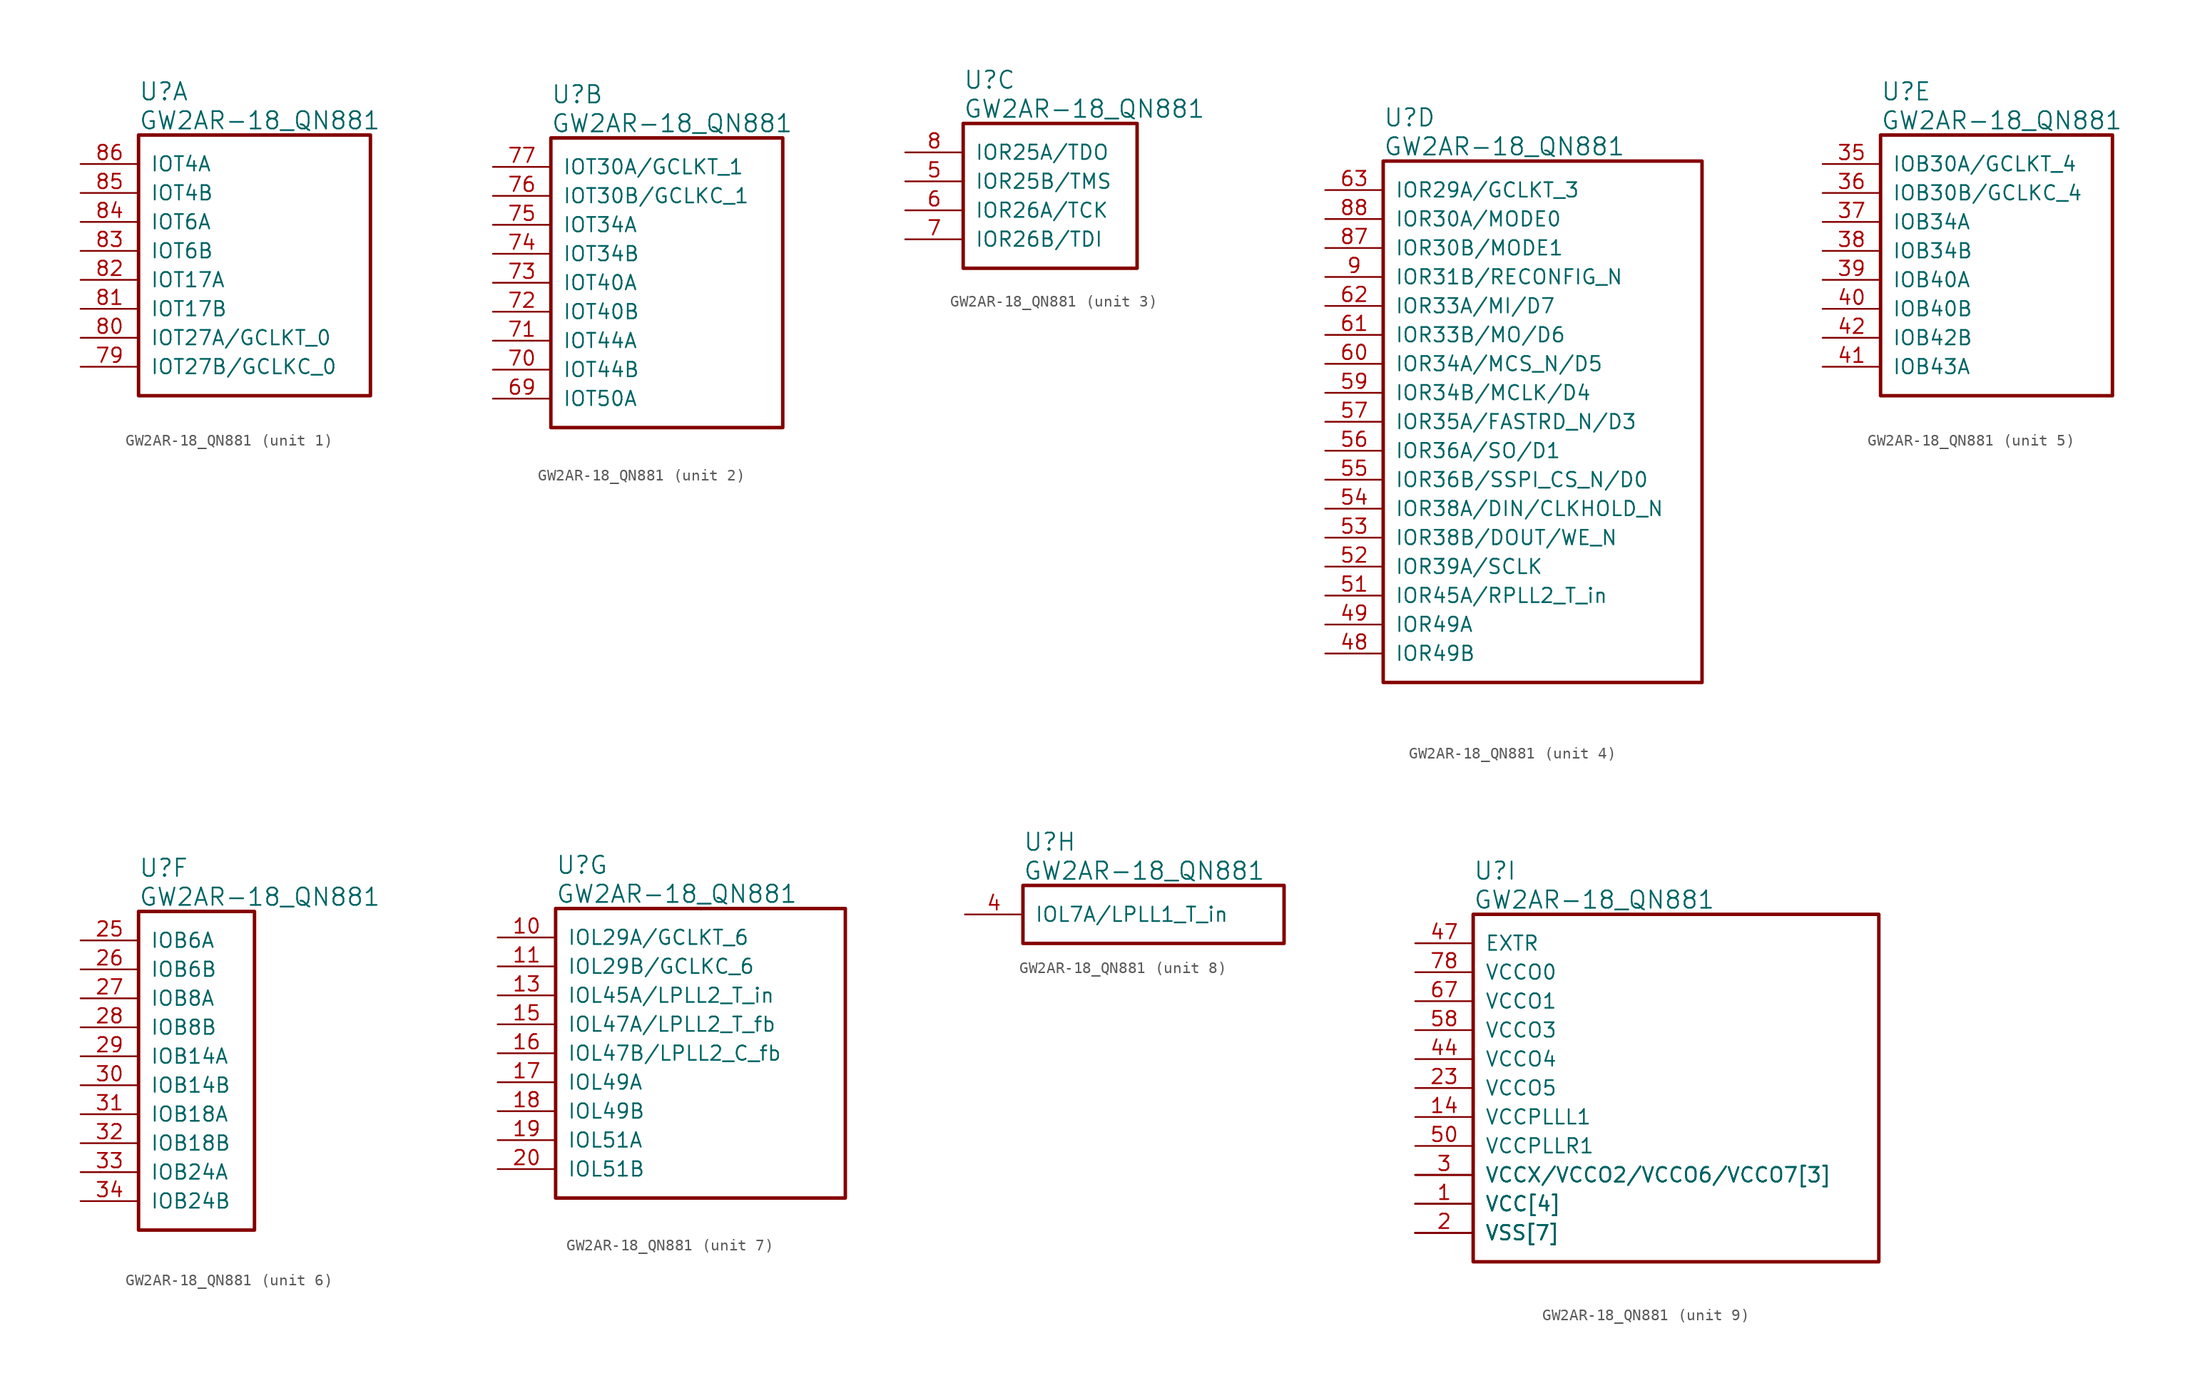
<source format=kicad_sym>
(kicad_symbol_lib
  (version 20241209)
  (generator "kicad_symbol_editor")
  (generator_version "9.0")
  (symbol "GW2AR-18_QN881"
    (pin_names
      (offset 1.016))
    (property "Reference" "U"
      (at 5.08 6.35 0)
      (effects (font (size 1.524 1.524)) (justify left)))
    (property "Value" "GW2AR-18_QN881"
      (at 5.08 3.81 0)
      (effects (font (size 1.524 1.524)) (justify left)))
    (property "ki_locked" ""
      (at 0 0 0)
      (effects (font (size 1.27 1.27))))
    (symbol "GW2AR-18_QN881_1_1"
      (rectangle (start 5.08 2.54) (end 25.4 -20.32) (stroke (width 0.305) (type solid)) (fill (type none)))
      (pin bidirectional line (at 0 0 0) (length 5.08) (name "IOT4A" (effects (font (size 1.27 1.27)))) (number "86" (effects (font (size 1.27 1.27)))))
      (pin bidirectional line (at 0 -2.54 0) (length 5.08) (name "IOT4B" (effects (font (size 1.27 1.27)))) (number "85" (effects (font (size 1.27 1.27)))))
      (pin bidirectional line (at 0 -5.08 0) (length 5.08) (name "IOT6A" (effects (font (size 1.27 1.27)))) (number "84" (effects (font (size 1.27 1.27)))))
      (pin bidirectional line (at 0 -7.62 0) (length 5.08) (name "IOT6B" (effects (font (size 1.27 1.27)))) (number "83" (effects (font (size 1.27 1.27)))))
      (pin bidirectional line (at 0 -10.16 0) (length 5.08) (name "IOT17A" (effects (font (size 1.27 1.27)))) (number "82" (effects (font (size 1.27 1.27)))))
      (pin bidirectional line (at 0 -12.7 0) (length 5.08) (name "IOT17B" (effects (font (size 1.27 1.27)))) (number "81" (effects (font (size 1.27 1.27)))))
      (pin bidirectional line (at 0 -15.24 0) (length 5.08) (name "IOT27A/GCLKT_0" (effects (font (size 1.27 1.27)))) (number "80" (effects (font (size 1.27 1.27)))))
      (pin bidirectional line (at 0 -17.78 0) (length 5.08) (name "IOT27B/GCLKC_0" (effects (font (size 1.27 1.27)))) (number "79" (effects (font (size 1.27 1.27))))))
    (symbol "GW2AR-18_QN881_2_1"
      (rectangle (start 5.08 2.54) (end 25.4 -22.86) (stroke (width 0.305) (type solid)) (fill (type none)))
      (pin bidirectional line (at 0 0 0) (length 5.08) (name "IOT30A/GCLKT_1" (effects (font (size 1.27 1.27)))) (number "77" (effects (font (size 1.27 1.27)))))
      (pin bidirectional line (at 0 -2.54 0) (length 5.08) (name "IOT30B/GCLKC_1" (effects (font (size 1.27 1.27)))) (number "76" (effects (font (size 1.27 1.27)))))
      (pin bidirectional line (at 0 -5.08 0) (length 5.08) (name "IOT34A" (effects (font (size 1.27 1.27)))) (number "75" (effects (font (size 1.27 1.27)))))
      (pin bidirectional line (at 0 -7.62 0) (length 5.08) (name "IOT34B" (effects (font (size 1.27 1.27)))) (number "74" (effects (font (size 1.27 1.27)))))
      (pin bidirectional line (at 0 -10.16 0) (length 5.08) (name "IOT40A" (effects (font (size 1.27 1.27)))) (number "73" (effects (font (size 1.27 1.27)))))
      (pin bidirectional line (at 0 -12.7 0) (length 5.08) (name "IOT40B" (effects (font (size 1.27 1.27)))) (number "72" (effects (font (size 1.27 1.27)))))
      (pin bidirectional line (at 0 -15.24 0) (length 5.08) (name "IOT44A" (effects (font (size 1.27 1.27)))) (number "71" (effects (font (size 1.27 1.27)))))
      (pin bidirectional line (at 0 -17.78 0) (length 5.08) (name "IOT44B" (effects (font (size 1.27 1.27)))) (number "70" (effects (font (size 1.27 1.27)))))
      (pin bidirectional line (at 0 -20.32 0) (length 5.08) (name "IOT50A" (effects (font (size 1.27 1.27)))) (number "69" (effects (font (size 1.27 1.27))))))
    (symbol "GW2AR-18_QN881_3_1"
      (rectangle (start 5.08 2.54) (end 20.32 -10.16) (stroke (width 0.305) (type solid)) (fill (type none)))
      (pin bidirectional line (at 0 0 0) (length 5.08) (name "IOR25A/TDO" (effects (font (size 1.27 1.27)))) (number "8" (effects (font (size 1.27 1.27)))))
      (pin bidirectional line (at 0 -2.54 0) (length 5.08) (name "IOR25B/TMS" (effects (font (size 1.27 1.27)))) (number "5" (effects (font (size 1.27 1.27)))))
      (pin bidirectional line (at 0 -5.08 0) (length 5.08) (name "IOR26A/TCK" (effects (font (size 1.27 1.27)))) (number "6" (effects (font (size 1.27 1.27)))))
      (pin bidirectional line (at 0 -7.62 0) (length 5.08) (name "IOR26B/TDI" (effects (font (size 1.27 1.27)))) (number "7" (effects (font (size 1.27 1.27))))))
    (symbol "GW2AR-18_QN881_4_1"
      (rectangle (start 5.08 2.54) (end 33.02 -43.18) (stroke (width 0.305) (type solid)) (fill (type none)))
      (pin bidirectional line (at 0 0 0) (length 5.08) (name "IOR29A/GCLKT_3" (effects (font (size 1.27 1.27)))) (number "63" (effects (font (size 1.27 1.27)))))
      (pin bidirectional line (at 0 -2.54 0) (length 5.08) (name "IOR30A/MODE0" (effects (font (size 1.27 1.27)))) (number "88" (effects (font (size 1.27 1.27)))))
      (pin bidirectional line (at 0 -5.08 0) (length 5.08) (name "IOR30B/MODE1" (effects (font (size 1.27 1.27)))) (number "87" (effects (font (size 1.27 1.27)))))
      (pin bidirectional line (at 0 -7.62 0) (length 5.08) (name "IOR31B/RECONFIG_N" (effects (font (size 1.27 1.27)))) (number "9" (effects (font (size 1.27 1.27)))))
      (pin bidirectional line (at 0 -10.16 0) (length 5.08) (name "IOR33A/MI/D7" (effects (font (size 1.27 1.27)))) (number "62" (effects (font (size 1.27 1.27)))))
      (pin bidirectional line (at 0 -12.7 0) (length 5.08) (name "IOR33B/MO/D6" (effects (font (size 1.27 1.27)))) (number "61" (effects (font (size 1.27 1.27)))))
      (pin bidirectional line (at 0 -15.24 0) (length 5.08) (name "IOR34A/MCS_N/D5" (effects (font (size 1.27 1.27)))) (number "60" (effects (font (size 1.27 1.27)))))
      (pin bidirectional line (at 0 -17.78 0) (length 5.08) (name "IOR34B/MCLK/D4" (effects (font (size 1.27 1.27)))) (number "59" (effects (font (size 1.27 1.27)))))
      (pin bidirectional line (at 0 -20.32 0) (length 5.08) (name "IOR35A/FASTRD_N/D3" (effects (font (size 1.27 1.27)))) (number "57" (effects (font (size 1.27 1.27)))))
      (pin bidirectional line (at 0 -22.86 0) (length 5.08) (name "IOR36A/SO/D1" (effects (font (size 1.27 1.27)))) (number "56" (effects (font (size 1.27 1.27)))))
      (pin bidirectional line (at 0 -25.4 0) (length 5.08) (name "IOR36B/SSPI_CS_N/D0" (effects (font (size 1.27 1.27)))) (number "55" (effects (font (size 1.27 1.27)))))
      (pin bidirectional line (at 0 -27.94 0) (length 5.08) (name "IOR38A/DIN/CLKHOLD_N" (effects (font (size 1.27 1.27)))) (number "54" (effects (font (size 1.27 1.27)))))
      (pin bidirectional line (at 0 -30.48 0) (length 5.08) (name "IOR38B/DOUT/WE_N" (effects (font (size 1.27 1.27)))) (number "53" (effects (font (size 1.27 1.27)))))
      (pin bidirectional line (at 0 -33.02 0) (length 5.08) (name "IOR39A/SCLK" (effects (font (size 1.27 1.27)))) (number "52" (effects (font (size 1.27 1.27)))))
      (pin bidirectional line (at 0 -35.56 0) (length 5.08) (name "IOR45A/RPLL2_T_in" (effects (font (size 1.27 1.27)))) (number "51" (effects (font (size 1.27 1.27)))))
      (pin bidirectional line (at 0 -38.1 0) (length 5.08) (name "IOR49A" (effects (font (size 1.27 1.27)))) (number "49" (effects (font (size 1.27 1.27)))))
      (pin bidirectional line (at 0 -40.64 0) (length 5.08) (name "IOR49B" (effects (font (size 1.27 1.27)))) (number "48" (effects (font (size 1.27 1.27))))))
    (symbol "GW2AR-18_QN881_5_1"
      (rectangle (start 5.08 2.54) (end 25.4 -20.32) (stroke (width 0.305) (type solid)) (fill (type none)))
      (pin bidirectional line (at 0 0 0) (length 5.08) (name "IOB30A/GCLKT_4" (effects (font (size 1.27 1.27)))) (number "35" (effects (font (size 1.27 1.27)))))
      (pin bidirectional line (at 0 -2.54 0) (length 5.08) (name "IOB30B/GCLKC_4" (effects (font (size 1.27 1.27)))) (number "36" (effects (font (size 1.27 1.27)))))
      (pin bidirectional line (at 0 -5.08 0) (length 5.08) (name "IOB34A" (effects (font (size 1.27 1.27)))) (number "37" (effects (font (size 1.27 1.27)))))
      (pin bidirectional line (at 0 -7.62 0) (length 5.08) (name "IOB34B" (effects (font (size 1.27 1.27)))) (number "38" (effects (font (size 1.27 1.27)))))
      (pin bidirectional line (at 0 -10.16 0) (length 5.08) (name "IOB40A" (effects (font (size 1.27 1.27)))) (number "39" (effects (font (size 1.27 1.27)))))
      (pin bidirectional line (at 0 -12.7 0) (length 5.08) (name "IOB40B" (effects (font (size 1.27 1.27)))) (number "40" (effects (font (size 1.27 1.27)))))
      (pin bidirectional line (at 0 -15.24 0) (length 5.08) (name "IOB42B" (effects (font (size 1.27 1.27)))) (number "42" (effects (font (size 1.27 1.27)))))
      (pin bidirectional line (at 0 -17.78 0) (length 5.08) (name "IOB43A" (effects (font (size 1.27 1.27)))) (number "41" (effects (font (size 1.27 1.27))))))
    (symbol "GW2AR-18_QN881_6_1"
      (rectangle (start 5.08 2.54) (end 15.24 -25.4) (stroke (width 0.305) (type solid)) (fill (type none)))
      (pin bidirectional line (at 0 0 0) (length 5.08) (name "IOB6A" (effects (font (size 1.27 1.27)))) (number "25" (effects (font (size 1.27 1.27)))))
      (pin bidirectional line (at 0 -2.54 0) (length 5.08) (name "IOB6B" (effects (font (size 1.27 1.27)))) (number "26" (effects (font (size 1.27 1.27)))))
      (pin bidirectional line (at 0 -5.08 0) (length 5.08) (name "IOB8A" (effects (font (size 1.27 1.27)))) (number "27" (effects (font (size 1.27 1.27)))))
      (pin bidirectional line (at 0 -7.62 0) (length 5.08) (name "IOB8B" (effects (font (size 1.27 1.27)))) (number "28" (effects (font (size 1.27 1.27)))))
      (pin bidirectional line (at 0 -10.16 0) (length 5.08) (name "IOB14A" (effects (font (size 1.27 1.27)))) (number "29" (effects (font (size 1.27 1.27)))))
      (pin bidirectional line (at 0 -12.7 0) (length 5.08) (name "IOB14B" (effects (font (size 1.27 1.27)))) (number "30" (effects (font (size 1.27 1.27)))))
      (pin bidirectional line (at 0 -15.24 0) (length 5.08) (name "IOB18A" (effects (font (size 1.27 1.27)))) (number "31" (effects (font (size 1.27 1.27)))))
      (pin bidirectional line (at 0 -17.78 0) (length 5.08) (name "IOB18B" (effects (font (size 1.27 1.27)))) (number "32" (effects (font (size 1.27 1.27)))))
      (pin bidirectional line (at 0 -20.32 0) (length 5.08) (name "IOB24A" (effects (font (size 1.27 1.27)))) (number "33" (effects (font (size 1.27 1.27)))))
      (pin bidirectional line (at 0 -22.86 0) (length 5.08) (name "IOB24B" (effects (font (size 1.27 1.27)))) (number "34" (effects (font (size 1.27 1.27))))))
    (symbol "GW2AR-18_QN881_7_1"
      (rectangle (start 5.08 2.54) (end 30.48 -22.86) (stroke (width 0.305) (type solid)) (fill (type none)))
      (pin bidirectional line (at 0 0 0) (length 5.08) (name "IOL29A/GCLKT_6" (effects (font (size 1.27 1.27)))) (number "10" (effects (font (size 1.27 1.27)))))
      (pin bidirectional line (at 0 -2.54 0) (length 5.08) (name "IOL29B/GCLKC_6" (effects (font (size 1.27 1.27)))) (number "11" (effects (font (size 1.27 1.27)))))
      (pin bidirectional line (at 0 -5.08 0) (length 5.08) (name "IOL45A/LPLL2_T_in" (effects (font (size 1.27 1.27)))) (number "13" (effects (font (size 1.27 1.27)))))
      (pin bidirectional line (at 0 -7.62 0) (length 5.08) (name "IOL47A/LPLL2_T_fb" (effects (font (size 1.27 1.27)))) (number "15" (effects (font (size 1.27 1.27)))))
      (pin bidirectional line (at 0 -10.16 0) (length 5.08) (name "IOL47B/LPLL2_C_fb" (effects (font (size 1.27 1.27)))) (number "16" (effects (font (size 1.27 1.27)))))
      (pin bidirectional line (at 0 -12.7 0) (length 5.08) (name "IOL49A" (effects (font (size 1.27 1.27)))) (number "17" (effects (font (size 1.27 1.27)))))
      (pin bidirectional line (at 0 -15.24 0) (length 5.08) (name "IOL49B" (effects (font (size 1.27 1.27)))) (number "18" (effects (font (size 1.27 1.27)))))
      (pin bidirectional line (at 0 -17.78 0) (length 5.08) (name "IOL51A" (effects (font (size 1.27 1.27)))) (number "19" (effects (font (size 1.27 1.27)))))
      (pin bidirectional line (at 0 -20.32 0) (length 5.08) (name "IOL51B" (effects (font (size 1.27 1.27)))) (number "20" (effects (font (size 1.27 1.27))))))
    (symbol "GW2AR-18_QN881_8_1"
      (rectangle (start 5.08 2.54) (end 27.94 -2.54) (stroke (width 0.305) (type solid)) (fill (type none)))
      (pin bidirectional line (at 0 0 0) (length 5.08) (name "IOL7A/LPLL1_T_in" (effects (font (size 1.27 1.27)))) (number "4" (effects (font (size 1.27 1.27))))))
    (symbol "GW2AR-18_QN881_9_1"
      (rectangle (start 5.08 2.54) (end 40.64 -27.94) (stroke (width 0.305) (type solid)) (fill (type none)))
      (pin power_in line (at 0 0 0) (length 5.08) (name "EXTR" (effects (font (size 1.27 1.27)))) (number "47" (effects (font (size 1.27 1.27)))))
      (pin power_in line (at 0 -2.54 0) (length 5.08) (name "VCCO0" (effects (font (size 1.27 1.27)))) (number "78" (effects (font (size 1.27 1.27)))))
      (pin power_in line (at 0 -5.08 0) (length 5.08) (name "VCCO1" (effects (font (size 1.27 1.27)))) (number "67" (effects (font (size 1.27 1.27)))))
      (pin power_in line (at 0 -7.62 0) (length 5.08) (name "VCCO3" (effects (font (size 1.27 1.27)))) (number "58" (effects (font (size 1.27 1.27)))))
      (pin power_in line (at 0 -10.16 0) (length 5.08) (name "VCCO4" (effects (font (size 1.27 1.27)))) (number "44" (effects (font (size 1.27 1.27)))))
      (pin power_in line (at 0 -12.7 0) (length 5.08) (name "VCCO5" (effects (font (size 1.27 1.27)))) (number "23" (effects (font (size 1.27 1.27)))))
      (pin power_in line (at 0 -15.24 0) (length 5.08) (name "VCCPLLL1" (effects (font (size 1.27 1.27)))) (number "14" (effects (font (size 1.27 1.27)))))
      (pin power_in line (at 0 -17.78 0) (length 5.08) (name "VCCPLLR1" (effects (font (size 1.27 1.27)))) (number "50" (effects (font (size 1.27 1.27)))))
      (pin power_in line (at 0 -20.32 0) (length 5.08) (name "VCCX/VCCO2/VCCO6/VCCO7[3]" (effects (font (size 1.27 1.27)))) (number "12" (effects (font (size 0 0)))))
      (pin power_in line (at 0 -20.32 0) (length 5.08) (name "VCCX/VCCO2/VCCO6/VCCO7[3]" (effects (font (size 1.27 1.27)))) (number "3" (effects (font (size 1.27 1.27)))))
      (pin power_in line (at 0 -20.32 0) (length 5.08) (name "VCCX/VCCO2/VCCO6/VCCO7[3]" (effects (font (size 1.27 1.27)))) (number "64" (effects (font (size 0 0)))))
      (pin power_in line (at 0 -22.86 0) (length 5.08) (name "VCC[4]" (effects (font (size 1.27 1.27)))) (number "1" (effects (font (size 1.27 1.27)))))
      (pin power_in line (at 0 -22.86 0) (length 5.08) (name "VCC[4]" (effects (font (size 1.27 1.27)))) (number "22" (effects (font (size 0 0)))))
      (pin power_in line (at 0 -22.86 0) (length 5.08) (name "VCC[4]" (effects (font (size 1.27 1.27)))) (number "45" (effects (font (size 0 0)))))
      (pin power_in line (at 0 -22.86 0) (length 5.08) (name "VCC[4]" (effects (font (size 1.27 1.27)))) (number "66" (effects (font (size 0 0)))))
      (pin power_in line (at 0 -25.4 0) (length 5.08) (name "VSS[7]" (effects (font (size 1.27 1.27)))) (number "2" (effects (font (size 1.27 1.27)))))
      (pin power_in line (at 0 -25.4 0) (length 5.08) (name "VSS[7]" (effects (font (size 1.27 1.27)))) (number "21" (effects (font (size 0 0)))))
      (pin power_in line (at 0 -25.4 0) (length 5.08) (name "VSS[7]" (effects (font (size 1.27 1.27)))) (number "24" (effects (font (size 0 0)))))
      (pin power_in line (at 0 -25.4 0) (length 5.08) (name "VSS[7]" (effects (font (size 1.27 1.27)))) (number "43" (effects (font (size 0 0)))))
      (pin power_in line (at 0 -25.4 0) (length 5.08) (name "VSS[7]" (effects (font (size 1.27 1.27)))) (number "46" (effects (font (size 0 0)))))
      (pin power_in line (at 0 -25.4 0) (length 5.08) (name "VSS[7]" (effects (font (size 1.27 1.27)))) (number "65" (effects (font (size 0 0)))))
      (pin power_in line (at 0 -25.4 0) (length 5.08) (name "VSS[7]" (effects (font (size 1.27 1.27)))) (number "68" (effects (font (size 0 0))))))))
</source>
